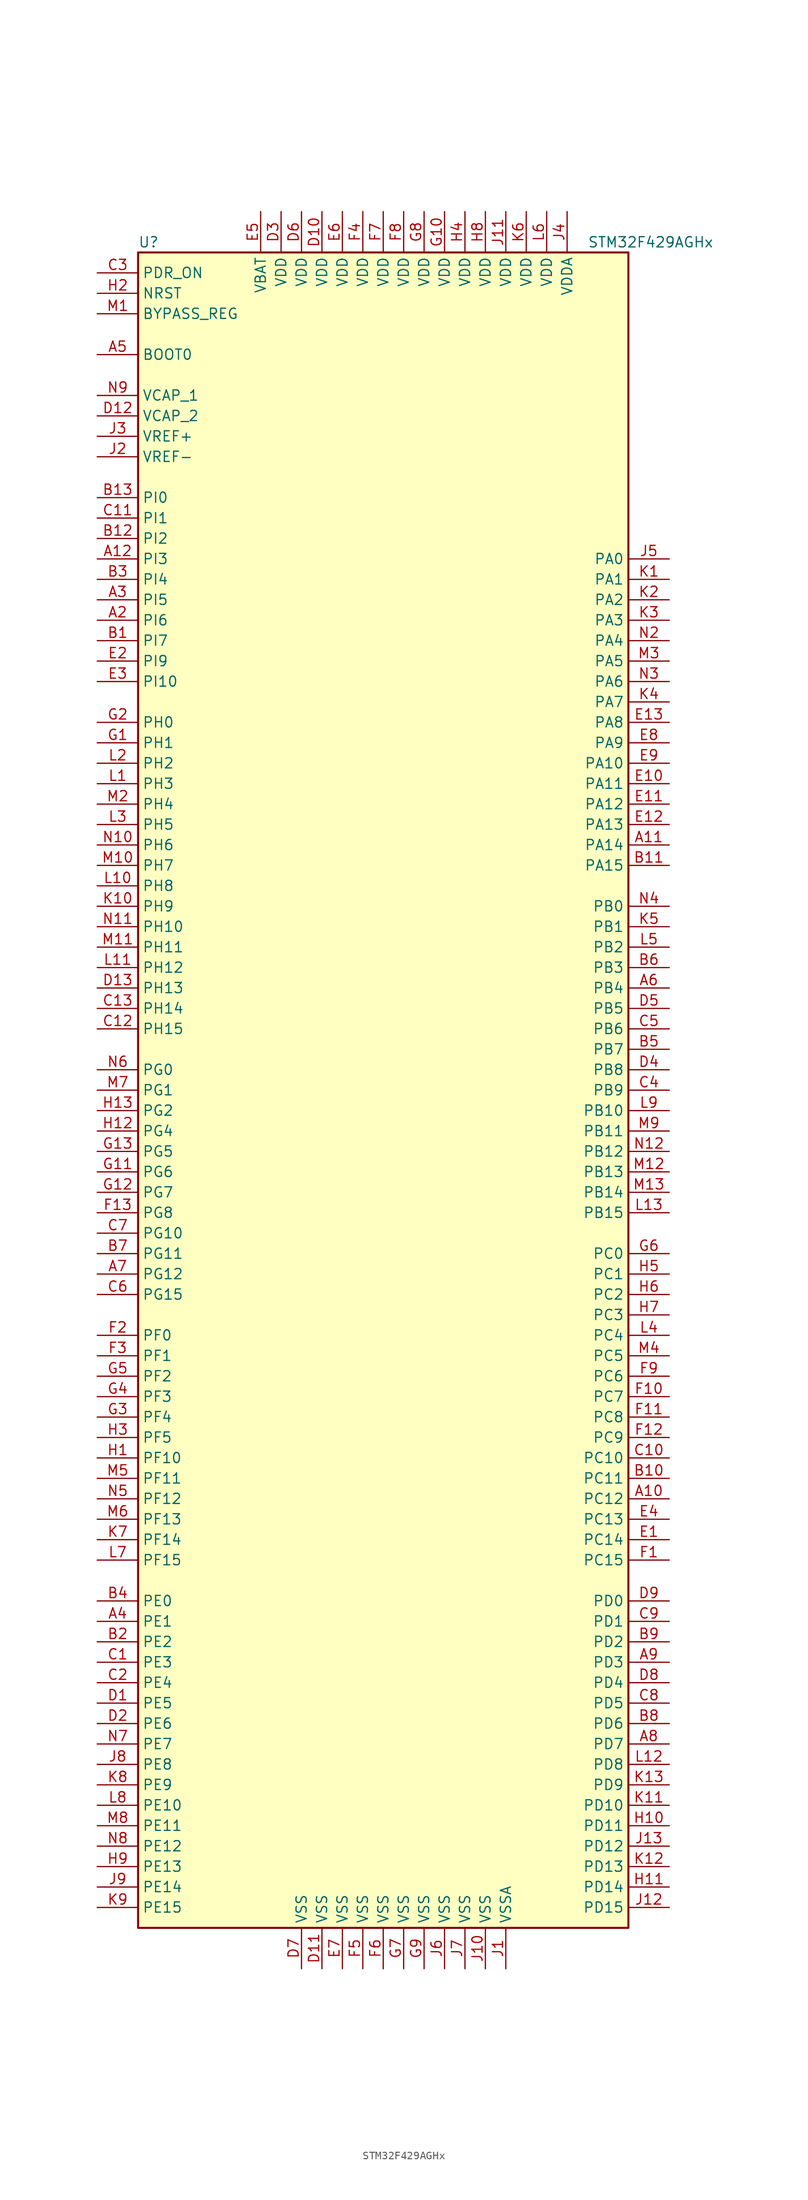
<source format=kicad_sym>
(kicad_symbol_lib
  (version 20220914)
  (generator kicad_symbol_editor)
  (symbol "STM32F429AGHx"
    (property "Reference" "U"
      (at -30.48 105.41 0)
      (effects (font (size 1.27 1.27)) (justify left)))
    (property "Value" "STM32F429AGHx"
      (at 25.4 105.41 0)
      (effects (font (size 1.27 1.27)) (justify left)))
    (symbol "STM32F429AGHx_0_1"
      (rectangle (start -30.48 -104.14) (end 30.48 104.14) (stroke (width 0.254) (type default)) (fill (type background))))
    (symbol "STM32F429AGHx_1_1"
      (pin no_connect line (at -30.48 -101.6 0) (length 5.08) hide (name "NC" (effects (font (size 1.27 1.27)))) (number "A1" (effects (font (size 1.27 1.27)))))
      (pin bidirectional line (at 35.56 -50.8 180) (length 5.08) (name "PC12" (effects (font (size 1.27 1.27)))) (number "A10" (effects (font (size 1.27 1.27)))))
      (pin bidirectional line (at 35.56 30.48 180) (length 5.08) (name "PA14" (effects (font (size 1.27 1.27)))) (number "A11" (effects (font (size 1.27 1.27)))))
      (pin bidirectional line (at -35.56 66.04 0) (length 5.08) (name "PI3" (effects (font (size 1.27 1.27)))) (number "A12" (effects (font (size 1.27 1.27)))))
      (pin no_connect line (at -30.48 -99.06 0) (length 5.08) hide (name "NC" (effects (font (size 1.27 1.27)))) (number "A13" (effects (font (size 1.27 1.27)))))
      (pin bidirectional line (at -35.56 58.42 0) (length 5.08) (name "PI6" (effects (font (size 1.27 1.27)))) (number "A2" (effects (font (size 1.27 1.27)))))
      (pin bidirectional line (at -35.56 60.96 0) (length 5.08) (name "PI5" (effects (font (size 1.27 1.27)))) (number "A3" (effects (font (size 1.27 1.27)))))
      (pin bidirectional line (at -35.56 -66.04 0) (length 5.08) (name "PE1" (effects (font (size 1.27 1.27)))) (number "A4" (effects (font (size 1.27 1.27)))))
      (pin input line (at -35.56 91.44 0) (length 5.08) (name "BOOT0" (effects (font (size 1.27 1.27)))) (number "A5" (effects (font (size 1.27 1.27)))))
      (pin bidirectional line (at 35.56 12.7 180) (length 5.08) (name "PB4" (effects (font (size 1.27 1.27)))) (number "A6" (effects (font (size 1.27 1.27)))))
      (pin bidirectional line (at -35.56 -22.86 0) (length 5.08) (name "PG12" (effects (font (size 1.27 1.27)))) (number "A7" (effects (font (size 1.27 1.27)))))
      (pin bidirectional line (at 35.56 -81.28 180) (length 5.08) (name "PD7" (effects (font (size 1.27 1.27)))) (number "A8" (effects (font (size 1.27 1.27)))))
      (pin bidirectional line (at 35.56 -71.12 180) (length 5.08) (name "PD3" (effects (font (size 1.27 1.27)))) (number "A9" (effects (font (size 1.27 1.27)))))
      (pin bidirectional line (at -35.56 55.88 0) (length 5.08) (name "PI7" (effects (font (size 1.27 1.27)))) (number "B1" (effects (font (size 1.27 1.27)))))
      (pin bidirectional line (at 35.56 -48.26 180) (length 5.08) (name "PC11" (effects (font (size 1.27 1.27)))) (number "B10" (effects (font (size 1.27 1.27)))))
      (pin bidirectional line (at 35.56 27.94 180) (length 5.08) (name "PA15" (effects (font (size 1.27 1.27)))) (number "B11" (effects (font (size 1.27 1.27)))))
      (pin bidirectional line (at -35.56 68.58 0) (length 5.08) (name "PI2" (effects (font (size 1.27 1.27)))) (number "B12" (effects (font (size 1.27 1.27)))))
      (pin bidirectional line (at -35.56 73.66 0) (length 5.08) (name "PI0" (effects (font (size 1.27 1.27)))) (number "B13" (effects (font (size 1.27 1.27)))))
      (pin bidirectional line (at -35.56 -68.58 0) (length 5.08) (name "PE2" (effects (font (size 1.27 1.27)))) (number "B2" (effects (font (size 1.27 1.27)))))
      (pin bidirectional line (at -35.56 63.5 0) (length 5.08) (name "PI4" (effects (font (size 1.27 1.27)))) (number "B3" (effects (font (size 1.27 1.27)))))
      (pin bidirectional line (at -35.56 -63.5 0) (length 5.08) (name "PE0" (effects (font (size 1.27 1.27)))) (number "B4" (effects (font (size 1.27 1.27)))))
      (pin bidirectional line (at 35.56 5.08 180) (length 5.08) (name "PB7" (effects (font (size 1.27 1.27)))) (number "B5" (effects (font (size 1.27 1.27)))))
      (pin bidirectional line (at 35.56 15.24 180) (length 5.08) (name "PB3" (effects (font (size 1.27 1.27)))) (number "B6" (effects (font (size 1.27 1.27)))))
      (pin bidirectional line (at -35.56 -20.32 0) (length 5.08) (name "PG11" (effects (font (size 1.27 1.27)))) (number "B7" (effects (font (size 1.27 1.27)))))
      (pin bidirectional line (at 35.56 -78.74 180) (length 5.08) (name "PD6" (effects (font (size 1.27 1.27)))) (number "B8" (effects (font (size 1.27 1.27)))))
      (pin bidirectional line (at 35.56 -68.58 180) (length 5.08) (name "PD2" (effects (font (size 1.27 1.27)))) (number "B9" (effects (font (size 1.27 1.27)))))
      (pin bidirectional line (at -35.56 -71.12 0) (length 5.08) (name "PE3" (effects (font (size 1.27 1.27)))) (number "C1" (effects (font (size 1.27 1.27)))))
      (pin bidirectional line (at 35.56 -45.72 180) (length 5.08) (name "PC10" (effects (font (size 1.27 1.27)))) (number "C10" (effects (font (size 1.27 1.27)))))
      (pin bidirectional line (at -35.56 71.12 0) (length 5.08) (name "PI1" (effects (font (size 1.27 1.27)))) (number "C11" (effects (font (size 1.27 1.27)))))
      (pin bidirectional line (at -35.56 7.62 0) (length 5.08) (name "PH15" (effects (font (size 1.27 1.27)))) (number "C12" (effects (font (size 1.27 1.27)))))
      (pin bidirectional line (at -35.56 10.16 0) (length 5.08) (name "PH14" (effects (font (size 1.27 1.27)))) (number "C13" (effects (font (size 1.27 1.27)))))
      (pin bidirectional line (at -35.56 -73.66 0) (length 5.08) (name "PE4" (effects (font (size 1.27 1.27)))) (number "C2" (effects (font (size 1.27 1.27)))))
      (pin input line (at -35.56 101.6 0) (length 5.08) (name "PDR_ON" (effects (font (size 1.27 1.27)))) (number "C3" (effects (font (size 1.27 1.27)))))
      (pin bidirectional line (at 35.56 0 180) (length 5.08) (name "PB9" (effects (font (size 1.27 1.27)))) (number "C4" (effects (font (size 1.27 1.27)))))
      (pin bidirectional line (at 35.56 7.62 180) (length 5.08) (name "PB6" (effects (font (size 1.27 1.27)))) (number "C5" (effects (font (size 1.27 1.27)))))
      (pin bidirectional line (at -35.56 -25.4 0) (length 5.08) (name "PG15" (effects (font (size 1.27 1.27)))) (number "C6" (effects (font (size 1.27 1.27)))))
      (pin bidirectional line (at -35.56 -17.78 0) (length 5.08) (name "PG10" (effects (font (size 1.27 1.27)))) (number "C7" (effects (font (size 1.27 1.27)))))
      (pin bidirectional line (at 35.56 -76.2 180) (length 5.08) (name "PD5" (effects (font (size 1.27 1.27)))) (number "C8" (effects (font (size 1.27 1.27)))))
      (pin bidirectional line (at 35.56 -66.04 180) (length 5.08) (name "PD1" (effects (font (size 1.27 1.27)))) (number "C9" (effects (font (size 1.27 1.27)))))
      (pin bidirectional line (at -35.56 -76.2 0) (length 5.08) (name "PE5" (effects (font (size 1.27 1.27)))) (number "D1" (effects (font (size 1.27 1.27)))))
      (pin power_in line (at -7.62 109.22 270) (length 5.08) (name "VDD" (effects (font (size 1.27 1.27)))) (number "D10" (effects (font (size 1.27 1.27)))))
      (pin power_in line (at -7.62 -109.22 90) (length 5.08) (name "VSS" (effects (font (size 1.27 1.27)))) (number "D11" (effects (font (size 1.27 1.27)))))
      (pin power_in line (at -35.56 83.82 0) (length 5.08) (name "VCAP_2" (effects (font (size 1.27 1.27)))) (number "D12" (effects (font (size 1.27 1.27)))))
      (pin bidirectional line (at -35.56 12.7 0) (length 5.08) (name "PH13" (effects (font (size 1.27 1.27)))) (number "D13" (effects (font (size 1.27 1.27)))))
      (pin bidirectional line (at -35.56 -78.74 0) (length 5.08) (name "PE6" (effects (font (size 1.27 1.27)))) (number "D2" (effects (font (size 1.27 1.27)))))
      (pin power_in line (at -12.7 109.22 270) (length 5.08) (name "VDD" (effects (font (size 1.27 1.27)))) (number "D3" (effects (font (size 1.27 1.27)))))
      (pin bidirectional line (at 35.56 2.54 180) (length 5.08) (name "PB8" (effects (font (size 1.27 1.27)))) (number "D4" (effects (font (size 1.27 1.27)))))
      (pin bidirectional line (at 35.56 10.16 180) (length 5.08) (name "PB5" (effects (font (size 1.27 1.27)))) (number "D5" (effects (font (size 1.27 1.27)))))
      (pin power_in line (at -10.16 109.22 270) (length 5.08) (name "VDD" (effects (font (size 1.27 1.27)))) (number "D6" (effects (font (size 1.27 1.27)))))
      (pin power_in line (at -10.16 -109.22 90) (length 5.08) (name "VSS" (effects (font (size 1.27 1.27)))) (number "D7" (effects (font (size 1.27 1.27)))))
      (pin bidirectional line (at 35.56 -73.66 180) (length 5.08) (name "PD4" (effects (font (size 1.27 1.27)))) (number "D8" (effects (font (size 1.27 1.27)))))
      (pin bidirectional line (at 35.56 -63.5 180) (length 5.08) (name "PD0" (effects (font (size 1.27 1.27)))) (number "D9" (effects (font (size 1.27 1.27)))))
      (pin bidirectional line (at 35.56 -55.88 180) (length 5.08) (name "PC14" (effects (font (size 1.27 1.27)))) (number "E1" (effects (font (size 1.27 1.27)))))
      (pin bidirectional line (at 35.56 38.1 180) (length 5.08) (name "PA11" (effects (font (size 1.27 1.27)))) (number "E10" (effects (font (size 1.27 1.27)))))
      (pin bidirectional line (at 35.56 35.56 180) (length 5.08) (name "PA12" (effects (font (size 1.27 1.27)))) (number "E11" (effects (font (size 1.27 1.27)))))
      (pin bidirectional line (at 35.56 33.02 180) (length 5.08) (name "PA13" (effects (font (size 1.27 1.27)))) (number "E12" (effects (font (size 1.27 1.27)))))
      (pin bidirectional line (at 35.56 45.72 180) (length 5.08) (name "PA8" (effects (font (size 1.27 1.27)))) (number "E13" (effects (font (size 1.27 1.27)))))
      (pin bidirectional line (at -35.56 53.34 0) (length 5.08) (name "PI9" (effects (font (size 1.27 1.27)))) (number "E2" (effects (font (size 1.27 1.27)))))
      (pin bidirectional line (at -35.56 50.8 0) (length 5.08) (name "PI10" (effects (font (size 1.27 1.27)))) (number "E3" (effects (font (size 1.27 1.27)))))
      (pin bidirectional line (at 35.56 -53.34 180) (length 5.08) (name "PC13" (effects (font (size 1.27 1.27)))) (number "E4" (effects (font (size 1.27 1.27)))))
      (pin power_in line (at -15.24 109.22 270) (length 5.08) (name "VBAT" (effects (font (size 1.27 1.27)))) (number "E5" (effects (font (size 1.27 1.27)))))
      (pin power_in line (at -5.08 109.22 270) (length 5.08) (name "VDD" (effects (font (size 1.27 1.27)))) (number "E6" (effects (font (size 1.27 1.27)))))
      (pin power_in line (at -5.08 -109.22 90) (length 5.08) (name "VSS" (effects (font (size 1.27 1.27)))) (number "E7" (effects (font (size 1.27 1.27)))))
      (pin bidirectional line (at 35.56 43.18 180) (length 5.08) (name "PA9" (effects (font (size 1.27 1.27)))) (number "E8" (effects (font (size 1.27 1.27)))))
      (pin bidirectional line (at 35.56 40.64 180) (length 5.08) (name "PA10" (effects (font (size 1.27 1.27)))) (number "E9" (effects (font (size 1.27 1.27)))))
      (pin bidirectional line (at 35.56 -58.42 180) (length 5.08) (name "PC15" (effects (font (size 1.27 1.27)))) (number "F1" (effects (font (size 1.27 1.27)))))
      (pin bidirectional line (at 35.56 -38.1 180) (length 5.08) (name "PC7" (effects (font (size 1.27 1.27)))) (number "F10" (effects (font (size 1.27 1.27)))))
      (pin bidirectional line (at 35.56 -40.64 180) (length 5.08) (name "PC8" (effects (font (size 1.27 1.27)))) (number "F11" (effects (font (size 1.27 1.27)))))
      (pin bidirectional line (at 35.56 -43.18 180) (length 5.08) (name "PC9" (effects (font (size 1.27 1.27)))) (number "F12" (effects (font (size 1.27 1.27)))))
      (pin bidirectional line (at -35.56 -15.24 0) (length 5.08) (name "PG8" (effects (font (size 1.27 1.27)))) (number "F13" (effects (font (size 1.27 1.27)))))
      (pin bidirectional line (at -35.56 -30.48 0) (length 5.08) (name "PF0" (effects (font (size 1.27 1.27)))) (number "F2" (effects (font (size 1.27 1.27)))))
      (pin bidirectional line (at -35.56 -33.02 0) (length 5.08) (name "PF1" (effects (font (size 1.27 1.27)))) (number "F3" (effects (font (size 1.27 1.27)))))
      (pin power_in line (at -2.54 109.22 270) (length 5.08) (name "VDD" (effects (font (size 1.27 1.27)))) (number "F4" (effects (font (size 1.27 1.27)))))
      (pin power_in line (at -2.54 -109.22 90) (length 5.08) (name "VSS" (effects (font (size 1.27 1.27)))) (number "F5" (effects (font (size 1.27 1.27)))))
      (pin power_in line (at 0 -109.22 90) (length 5.08) (name "VSS" (effects (font (size 1.27 1.27)))) (number "F6" (effects (font (size 1.27 1.27)))))
      (pin power_in line (at 0 109.22 270) (length 5.08) (name "VDD" (effects (font (size 1.27 1.27)))) (number "F7" (effects (font (size 1.27 1.27)))))
      (pin power_in line (at 2.54 109.22 270) (length 5.08) (name "VDD" (effects (font (size 1.27 1.27)))) (number "F8" (effects (font (size 1.27 1.27)))))
      (pin bidirectional line (at 35.56 -35.56 180) (length 5.08) (name "PC6" (effects (font (size 1.27 1.27)))) (number "F9" (effects (font (size 1.27 1.27)))))
      (pin input line (at -35.56 43.18 0) (length 5.08) (name "PH1" (effects (font (size 1.27 1.27)))) (number "G1" (effects (font (size 1.27 1.27)))))
      (pin power_in line (at 7.62 109.22 270) (length 5.08) (name "VDD" (effects (font (size 1.27 1.27)))) (number "G10" (effects (font (size 1.27 1.27)))))
      (pin bidirectional line (at -35.56 -10.16 0) (length 5.08) (name "PG6" (effects (font (size 1.27 1.27)))) (number "G11" (effects (font (size 1.27 1.27)))))
      (pin bidirectional line (at -35.56 -12.7 0) (length 5.08) (name "PG7" (effects (font (size 1.27 1.27)))) (number "G12" (effects (font (size 1.27 1.27)))))
      (pin bidirectional line (at -35.56 -7.62 0) (length 5.08) (name "PG5" (effects (font (size 1.27 1.27)))) (number "G13" (effects (font (size 1.27 1.27)))))
      (pin input line (at -35.56 45.72 0) (length 5.08) (name "PH0" (effects (font (size 1.27 1.27)))) (number "G2" (effects (font (size 1.27 1.27)))))
      (pin bidirectional line (at -35.56 -40.64 0) (length 5.08) (name "PF4" (effects (font (size 1.27 1.27)))) (number "G3" (effects (font (size 1.27 1.27)))))
      (pin bidirectional line (at -35.56 -38.1 0) (length 5.08) (name "PF3" (effects (font (size 1.27 1.27)))) (number "G4" (effects (font (size 1.27 1.27)))))
      (pin bidirectional line (at -35.56 -35.56 0) (length 5.08) (name "PF2" (effects (font (size 1.27 1.27)))) (number "G5" (effects (font (size 1.27 1.27)))))
      (pin bidirectional line (at 35.56 -20.32 180) (length 5.08) (name "PC0" (effects (font (size 1.27 1.27)))) (number "G6" (effects (font (size 1.27 1.27)))))
      (pin power_in line (at 2.54 -109.22 90) (length 5.08) (name "VSS" (effects (font (size 1.27 1.27)))) (number "G7" (effects (font (size 1.27 1.27)))))
      (pin power_in line (at 5.08 109.22 270) (length 5.08) (name "VDD" (effects (font (size 1.27 1.27)))) (number "G8" (effects (font (size 1.27 1.27)))))
      (pin power_in line (at 5.08 -109.22 90) (length 5.08) (name "VSS" (effects (font (size 1.27 1.27)))) (number "G9" (effects (font (size 1.27 1.27)))))
      (pin bidirectional line (at -35.56 -45.72 0) (length 5.08) (name "PF10" (effects (font (size 1.27 1.27)))) (number "H1" (effects (font (size 1.27 1.27)))))
      (pin bidirectional line (at 35.56 -91.44 180) (length 5.08) (name "PD11" (effects (font (size 1.27 1.27)))) (number "H10" (effects (font (size 1.27 1.27)))))
      (pin bidirectional line (at 35.56 -99.06 180) (length 5.08) (name "PD14" (effects (font (size 1.27 1.27)))) (number "H11" (effects (font (size 1.27 1.27)))))
      (pin bidirectional line (at -35.56 -5.08 0) (length 5.08) (name "PG4" (effects (font (size 1.27 1.27)))) (number "H12" (effects (font (size 1.27 1.27)))))
      (pin bidirectional line (at -35.56 -2.54 0) (length 5.08) (name "PG2" (effects (font (size 1.27 1.27)))) (number "H13" (effects (font (size 1.27 1.27)))))
      (pin input line (at -35.56 99.06 0) (length 5.08) (name "NRST" (effects (font (size 1.27 1.27)))) (number "H2" (effects (font (size 1.27 1.27)))))
      (pin bidirectional line (at -35.56 -43.18 0) (length 5.08) (name "PF5" (effects (font (size 1.27 1.27)))) (number "H3" (effects (font (size 1.27 1.27)))))
      (pin power_in line (at 10.16 109.22 270) (length 5.08) (name "VDD" (effects (font (size 1.27 1.27)))) (number "H4" (effects (font (size 1.27 1.27)))))
      (pin bidirectional line (at 35.56 -22.86 180) (length 5.08) (name "PC1" (effects (font (size 1.27 1.27)))) (number "H5" (effects (font (size 1.27 1.27)))))
      (pin bidirectional line (at 35.56 -25.4 180) (length 5.08) (name "PC2" (effects (font (size 1.27 1.27)))) (number "H6" (effects (font (size 1.27 1.27)))))
      (pin bidirectional line (at 35.56 -27.94 180) (length 5.08) (name "PC3" (effects (font (size 1.27 1.27)))) (number "H7" (effects (font (size 1.27 1.27)))))
      (pin power_in line (at 12.7 109.22 270) (length 5.08) (name "VDD" (effects (font (size 1.27 1.27)))) (number "H8" (effects (font (size 1.27 1.27)))))
      (pin bidirectional line (at -35.56 -96.52 0) (length 5.08) (name "PE13" (effects (font (size 1.27 1.27)))) (number "H9" (effects (font (size 1.27 1.27)))))
      (pin power_in line (at 15.24 -109.22 90) (length 5.08) (name "VSSA" (effects (font (size 1.27 1.27)))) (number "J1" (effects (font (size 1.27 1.27)))))
      (pin power_in line (at 12.7 -109.22 90) (length 5.08) (name "VSS" (effects (font (size 1.27 1.27)))) (number "J10" (effects (font (size 1.27 1.27)))))
      (pin power_in line (at 15.24 109.22 270) (length 5.08) (name "VDD" (effects (font (size 1.27 1.27)))) (number "J11" (effects (font (size 1.27 1.27)))))
      (pin bidirectional line (at 35.56 -101.6 180) (length 5.08) (name "PD15" (effects (font (size 1.27 1.27)))) (number "J12" (effects (font (size 1.27 1.27)))))
      (pin bidirectional line (at 35.56 -93.98 180) (length 5.08) (name "PD12" (effects (font (size 1.27 1.27)))) (number "J13" (effects (font (size 1.27 1.27)))))
      (pin power_in line (at -35.56 78.74 0) (length 5.08) (name "VREF-" (effects (font (size 1.27 1.27)))) (number "J2" (effects (font (size 1.27 1.27)))))
      (pin power_in line (at -35.56 81.28 0) (length 5.08) (name "VREF+" (effects (font (size 1.27 1.27)))) (number "J3" (effects (font (size 1.27 1.27)))))
      (pin power_in line (at 22.86 109.22 270) (length 5.08) (name "VDDA" (effects (font (size 1.27 1.27)))) (number "J4" (effects (font (size 1.27 1.27)))))
      (pin bidirectional line (at 35.56 66.04 180) (length 5.08) (name "PA0" (effects (font (size 1.27 1.27)))) (number "J5" (effects (font (size 1.27 1.27)))))
      (pin power_in line (at 7.62 -109.22 90) (length 5.08) (name "VSS" (effects (font (size 1.27 1.27)))) (number "J6" (effects (font (size 1.27 1.27)))))
      (pin power_in line (at 10.16 -109.22 90) (length 5.08) (name "VSS" (effects (font (size 1.27 1.27)))) (number "J7" (effects (font (size 1.27 1.27)))))
      (pin bidirectional line (at -35.56 -83.82 0) (length 5.08) (name "PE8" (effects (font (size 1.27 1.27)))) (number "J8" (effects (font (size 1.27 1.27)))))
      (pin bidirectional line (at -35.56 -99.06 0) (length 5.08) (name "PE14" (effects (font (size 1.27 1.27)))) (number "J9" (effects (font (size 1.27 1.27)))))
      (pin bidirectional line (at 35.56 63.5 180) (length 5.08) (name "PA1" (effects (font (size 1.27 1.27)))) (number "K1" (effects (font (size 1.27 1.27)))))
      (pin bidirectional line (at -35.56 22.86 0) (length 5.08) (name "PH9" (effects (font (size 1.27 1.27)))) (number "K10" (effects (font (size 1.27 1.27)))))
      (pin bidirectional line (at 35.56 -88.9 180) (length 5.08) (name "PD10" (effects (font (size 1.27 1.27)))) (number "K11" (effects (font (size 1.27 1.27)))))
      (pin bidirectional line (at 35.56 -96.52 180) (length 5.08) (name "PD13" (effects (font (size 1.27 1.27)))) (number "K12" (effects (font (size 1.27 1.27)))))
      (pin bidirectional line (at 35.56 -86.36 180) (length 5.08) (name "PD9" (effects (font (size 1.27 1.27)))) (number "K13" (effects (font (size 1.27 1.27)))))
      (pin bidirectional line (at 35.56 60.96 180) (length 5.08) (name "PA2" (effects (font (size 1.27 1.27)))) (number "K2" (effects (font (size 1.27 1.27)))))
      (pin bidirectional line (at 35.56 58.42 180) (length 5.08) (name "PA3" (effects (font (size 1.27 1.27)))) (number "K3" (effects (font (size 1.27 1.27)))))
      (pin bidirectional line (at 35.56 48.26 180) (length 5.08) (name "PA7" (effects (font (size 1.27 1.27)))) (number "K4" (effects (font (size 1.27 1.27)))))
      (pin bidirectional line (at 35.56 20.32 180) (length 5.08) (name "PB1" (effects (font (size 1.27 1.27)))) (number "K5" (effects (font (size 1.27 1.27)))))
      (pin power_in line (at 17.78 109.22 270) (length 5.08) (name "VDD" (effects (font (size 1.27 1.27)))) (number "K6" (effects (font (size 1.27 1.27)))))
      (pin bidirectional line (at -35.56 -55.88 0) (length 5.08) (name "PF14" (effects (font (size 1.27 1.27)))) (number "K7" (effects (font (size 1.27 1.27)))))
      (pin bidirectional line (at -35.56 -86.36 0) (length 5.08) (name "PE9" (effects (font (size 1.27 1.27)))) (number "K8" (effects (font (size 1.27 1.27)))))
      (pin bidirectional line (at -35.56 -101.6 0) (length 5.08) (name "PE15" (effects (font (size 1.27 1.27)))) (number "K9" (effects (font (size 1.27 1.27)))))
      (pin bidirectional line (at -35.56 38.1 0) (length 5.08) (name "PH3" (effects (font (size 1.27 1.27)))) (number "L1" (effects (font (size 1.27 1.27)))))
      (pin bidirectional line (at -35.56 25.4 0) (length 5.08) (name "PH8" (effects (font (size 1.27 1.27)))) (number "L10" (effects (font (size 1.27 1.27)))))
      (pin bidirectional line (at -35.56 15.24 0) (length 5.08) (name "PH12" (effects (font (size 1.27 1.27)))) (number "L11" (effects (font (size 1.27 1.27)))))
      (pin bidirectional line (at 35.56 -83.82 180) (length 5.08) (name "PD8" (effects (font (size 1.27 1.27)))) (number "L12" (effects (font (size 1.27 1.27)))))
      (pin bidirectional line (at 35.56 -15.24 180) (length 5.08) (name "PB15" (effects (font (size 1.27 1.27)))) (number "L13" (effects (font (size 1.27 1.27)))))
      (pin bidirectional line (at -35.56 40.64 0) (length 5.08) (name "PH2" (effects (font (size 1.27 1.27)))) (number "L2" (effects (font (size 1.27 1.27)))))
      (pin bidirectional line (at -35.56 33.02 0) (length 5.08) (name "PH5" (effects (font (size 1.27 1.27)))) (number "L3" (effects (font (size 1.27 1.27)))))
      (pin bidirectional line (at 35.56 -30.48 180) (length 5.08) (name "PC4" (effects (font (size 1.27 1.27)))) (number "L4" (effects (font (size 1.27 1.27)))))
      (pin bidirectional line (at 35.56 17.78 180) (length 5.08) (name "PB2" (effects (font (size 1.27 1.27)))) (number "L5" (effects (font (size 1.27 1.27)))))
      (pin power_in line (at 20.32 109.22 270) (length 5.08) (name "VDD" (effects (font (size 1.27 1.27)))) (number "L6" (effects (font (size 1.27 1.27)))))
      (pin bidirectional line (at -35.56 -58.42 0) (length 5.08) (name "PF15" (effects (font (size 1.27 1.27)))) (number "L7" (effects (font (size 1.27 1.27)))))
      (pin bidirectional line (at -35.56 -88.9 0) (length 5.08) (name "PE10" (effects (font (size 1.27 1.27)))) (number "L8" (effects (font (size 1.27 1.27)))))
      (pin bidirectional line (at 35.56 -2.54 180) (length 5.08) (name "PB10" (effects (font (size 1.27 1.27)))) (number "L9" (effects (font (size 1.27 1.27)))))
      (pin input line (at -35.56 96.52 0) (length 5.08) (name "BYPASS_REG" (effects (font (size 1.27 1.27)))) (number "M1" (effects (font (size 1.27 1.27)))))
      (pin bidirectional line (at -35.56 27.94 0) (length 5.08) (name "PH7" (effects (font (size 1.27 1.27)))) (number "M10" (effects (font (size 1.27 1.27)))))
      (pin bidirectional line (at -35.56 17.78 0) (length 5.08) (name "PH11" (effects (font (size 1.27 1.27)))) (number "M11" (effects (font (size 1.27 1.27)))))
      (pin bidirectional line (at 35.56 -10.16 180) (length 5.08) (name "PB13" (effects (font (size 1.27 1.27)))) (number "M12" (effects (font (size 1.27 1.27)))))
      (pin bidirectional line (at 35.56 -12.7 180) (length 5.08) (name "PB14" (effects (font (size 1.27 1.27)))) (number "M13" (effects (font (size 1.27 1.27)))))
      (pin bidirectional line (at -35.56 35.56 0) (length 5.08) (name "PH4" (effects (font (size 1.27 1.27)))) (number "M2" (effects (font (size 1.27 1.27)))))
      (pin bidirectional line (at 35.56 53.34 180) (length 5.08) (name "PA5" (effects (font (size 1.27 1.27)))) (number "M3" (effects (font (size 1.27 1.27)))))
      (pin bidirectional line (at 35.56 -33.02 180) (length 5.08) (name "PC5" (effects (font (size 1.27 1.27)))) (number "M4" (effects (font (size 1.27 1.27)))))
      (pin bidirectional line (at -35.56 -48.26 0) (length 5.08) (name "PF11" (effects (font (size 1.27 1.27)))) (number "M5" (effects (font (size 1.27 1.27)))))
      (pin bidirectional line (at -35.56 -53.34 0) (length 5.08) (name "PF13" (effects (font (size 1.27 1.27)))) (number "M6" (effects (font (size 1.27 1.27)))))
      (pin bidirectional line (at -35.56 0 0) (length 5.08) (name "PG1" (effects (font (size 1.27 1.27)))) (number "M7" (effects (font (size 1.27 1.27)))))
      (pin bidirectional line (at -35.56 -91.44 0) (length 5.08) (name "PE11" (effects (font (size 1.27 1.27)))) (number "M8" (effects (font (size 1.27 1.27)))))
      (pin bidirectional line (at 35.56 -5.08 180) (length 5.08) (name "PB11" (effects (font (size 1.27 1.27)))) (number "M9" (effects (font (size 1.27 1.27)))))
      (pin no_connect line (at -30.48 -96.52 0) (length 5.08) hide (name "NC" (effects (font (size 1.27 1.27)))) (number "N1" (effects (font (size 1.27 1.27)))))
      (pin bidirectional line (at -35.56 30.48 0) (length 5.08) (name "PH6" (effects (font (size 1.27 1.27)))) (number "N10" (effects (font (size 1.27 1.27)))))
      (pin bidirectional line (at -35.56 20.32 0) (length 5.08) (name "PH10" (effects (font (size 1.27 1.27)))) (number "N11" (effects (font (size 1.27 1.27)))))
      (pin bidirectional line (at 35.56 -7.62 180) (length 5.08) (name "PB12" (effects (font (size 1.27 1.27)))) (number "N12" (effects (font (size 1.27 1.27)))))
      (pin no_connect line (at -30.48 -93.98 0) (length 5.08) hide (name "NC" (effects (font (size 1.27 1.27)))) (number "N13" (effects (font (size 1.27 1.27)))))
      (pin bidirectional line (at 35.56 55.88 180) (length 5.08) (name "PA4" (effects (font (size 1.27 1.27)))) (number "N2" (effects (font (size 1.27 1.27)))))
      (pin bidirectional line (at 35.56 50.8 180) (length 5.08) (name "PA6" (effects (font (size 1.27 1.27)))) (number "N3" (effects (font (size 1.27 1.27)))))
      (pin bidirectional line (at 35.56 22.86 180) (length 5.08) (name "PB0" (effects (font (size 1.27 1.27)))) (number "N4" (effects (font (size 1.27 1.27)))))
      (pin bidirectional line (at -35.56 -50.8 0) (length 5.08) (name "PF12" (effects (font (size 1.27 1.27)))) (number "N5" (effects (font (size 1.27 1.27)))))
      (pin bidirectional line (at -35.56 2.54 0) (length 5.08) (name "PG0" (effects (font (size 1.27 1.27)))) (number "N6" (effects (font (size 1.27 1.27)))))
      (pin bidirectional line (at -35.56 -81.28 0) (length 5.08) (name "PE7" (effects (font (size 1.27 1.27)))) (number "N7" (effects (font (size 1.27 1.27)))))
      (pin bidirectional line (at -35.56 -93.98 0) (length 5.08) (name "PE12" (effects (font (size 1.27 1.27)))) (number "N8" (effects (font (size 1.27 1.27)))))
      (pin power_in line (at -35.56 86.36 0) (length 5.08) (name "VCAP_1" (effects (font (size 1.27 1.27)))) (number "N9" (effects (font (size 1.27 1.27))))))))
</source>
